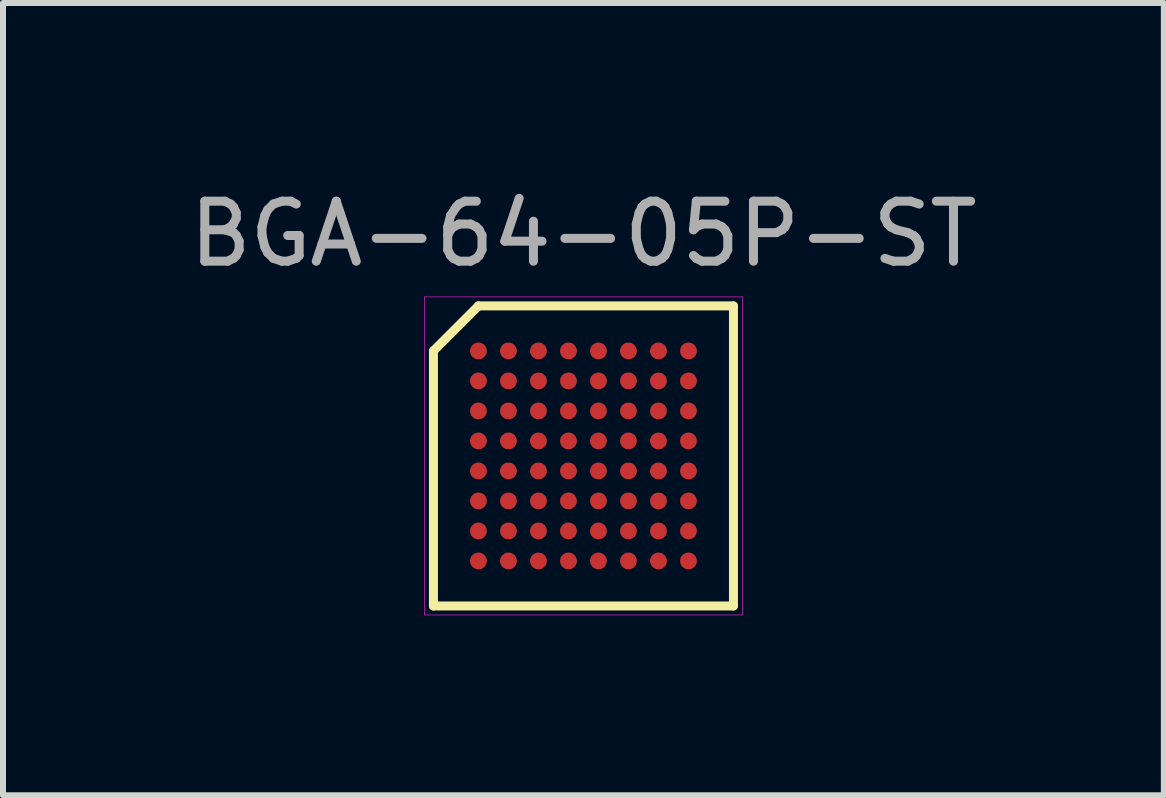
<source format=kicad_pcb>
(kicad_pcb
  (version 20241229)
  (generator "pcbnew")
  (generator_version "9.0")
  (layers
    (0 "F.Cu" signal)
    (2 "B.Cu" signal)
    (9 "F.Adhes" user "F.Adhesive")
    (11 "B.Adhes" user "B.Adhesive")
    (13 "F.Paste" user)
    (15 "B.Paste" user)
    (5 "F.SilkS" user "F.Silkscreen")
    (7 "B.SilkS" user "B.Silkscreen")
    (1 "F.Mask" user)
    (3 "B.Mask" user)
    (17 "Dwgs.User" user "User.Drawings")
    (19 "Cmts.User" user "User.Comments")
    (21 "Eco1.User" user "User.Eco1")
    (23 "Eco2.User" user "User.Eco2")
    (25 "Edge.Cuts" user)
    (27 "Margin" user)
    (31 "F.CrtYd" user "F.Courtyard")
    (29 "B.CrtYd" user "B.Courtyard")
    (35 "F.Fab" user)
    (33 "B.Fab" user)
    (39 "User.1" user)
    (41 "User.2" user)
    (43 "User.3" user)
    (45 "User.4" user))
  (footprint "BGA-64-05P-ST"
    (layer "F.Cu")
    (at 6.673 4.548)
    (property "Reference" "BGA-64-05P-ST" (at 0 -3.7 0) (layer "F.Fab") (effects (font (size 1 1) (thickness 0.15))))
    (attr through_hole)
    (fp_line (start -2.5 -1.75) (end -2.5 2.5) (stroke (width 0.15) (type solid)) (layer "F.SilkS"))
    (fp_line (start -2.5 2.5) (end 2.5 2.5) (stroke (width 0.15) (type solid)) (layer "F.SilkS"))
    (fp_line (start -1.75 -2.5) (end -2.5 -1.75) (stroke (width 0.15) (type solid)) (layer "F.SilkS"))
    (fp_line (start 2.5 -2.5) (end -1.75 -2.5) (stroke (width 0.15) (type solid)) (layer "F.SilkS"))
    (fp_line (start 2.5 2.5) (end 2.5 -2.5) (stroke (width 0.15) (type solid)) (layer "F.SilkS"))
    (fp_line (start -2.65 -2.65) (end 2.65 -2.65) (stroke (width 0.01) (type solid)) (layer "F.CrtYd"))
    (fp_line (start -2.65 2.65) (end -2.65 -2.65) (stroke (width 0.01) (type solid)) (layer "F.CrtYd"))
    (fp_line (start 2.65 -2.65) (end 2.65 2.65) (stroke (width 0.01) (type solid)) (layer "F.CrtYd"))
    (fp_line (start 2.65 2.65) (end -2.65 2.65) (stroke (width 0.01) (type solid)) (layer "F.CrtYd"))
    (pad "A1" smd circle (at -1.75 -1.75) (size 0.28 0.28) (layers "F.Cu" "F.Mask" "F.Paste"))
    (pad "A2" smd circle (at -1.25 -1.75) (size 0.28 0.28) (layers "F.Cu" "F.Mask" "F.Paste"))
    (pad "A3" smd circle (at -0.75 -1.75) (size 0.28 0.28) (layers "F.Cu" "F.Mask" "F.Paste"))
    (pad "A4" smd circle (at -0.25 -1.75) (size 0.28 0.28) (layers "F.Cu" "F.Mask" "F.Paste"))
    (pad "A5" smd circle (at 0.25 -1.75) (size 0.28 0.28) (layers "F.Cu" "F.Mask" "F.Paste"))
    (pad "A6" smd circle (at 0.75 -1.75) (size 0.28 0.28) (layers "F.Cu" "F.Mask" "F.Paste"))
    (pad "A7" smd circle (at 1.25 -1.75) (size 0.28 0.28) (layers "F.Cu" "F.Mask" "F.Paste"))
    (pad "A8" smd circle (at 1.75 -1.75) (size 0.28 0.28) (layers "F.Cu" "F.Mask" "F.Paste"))
    (pad "B1" smd circle (at -1.75 -1.25) (size 0.28 0.28) (layers "F.Cu" "F.Mask" "F.Paste"))
    (pad "B2" smd circle (at -1.25 -1.25) (size 0.28 0.28) (layers "F.Cu" "F.Mask" "F.Paste"))
    (pad "B3" smd circle (at -0.75 -1.25) (size 0.28 0.28) (layers "F.Cu" "F.Mask" "F.Paste"))
    (pad "B4" smd circle (at -0.25 -1.25) (size 0.28 0.28) (layers "F.Cu" "F.Mask" "F.Paste"))
    (pad "B5" smd circle (at 0.25 -1.25) (size 0.28 0.28) (layers "F.Cu" "F.Mask" "F.Paste"))
    (pad "B6" smd circle (at 0.75 -1.25) (size 0.28 0.28) (layers "F.Cu" "F.Mask" "F.Paste"))
    (pad "B7" smd circle (at 1.25 -1.25) (size 0.28 0.28) (layers "F.Cu" "F.Mask" "F.Paste"))
    (pad "B8" smd circle (at 1.75 -1.25) (size 0.28 0.28) (layers "F.Cu" "F.Mask" "F.Paste"))
    (pad "C1" smd circle (at -1.75 -0.75) (size 0.28 0.28) (layers "F.Cu" "F.Mask" "F.Paste"))
    (pad "C2" smd circle (at -1.25 -0.75) (size 0.28 0.28) (layers "F.Cu" "F.Mask" "F.Paste"))
    (pad "C3" smd circle (at -0.75 -0.75) (size 0.28 0.28) (layers "F.Cu" "F.Mask" "F.Paste"))
    (pad "C4" smd circle (at -0.25 -0.75) (size 0.28 0.28) (layers "F.Cu" "F.Mask" "F.Paste"))
    (pad "C5" smd circle (at 0.25 -0.75) (size 0.28 0.28) (layers "F.Cu" "F.Mask" "F.Paste"))
    (pad "C6" smd circle (at 0.75 -0.75) (size 0.28 0.28) (layers "F.Cu" "F.Mask" "F.Paste"))
    (pad "C7" smd circle (at 1.25 -0.75) (size 0.28 0.28) (layers "F.Cu" "F.Mask" "F.Paste"))
    (pad "C8" smd circle (at 1.75 -0.75) (size 0.28 0.28) (layers "F.Cu" "F.Mask" "F.Paste"))
    (pad "D1" smd circle (at -1.75 -0.25) (size 0.28 0.28) (layers "F.Cu" "F.Mask" "F.Paste"))
    (pad "D2" smd circle (at -1.25 -0.25) (size 0.28 0.28) (layers "F.Cu" "F.Mask" "F.Paste"))
    (pad "D3" smd circle (at -0.75 -0.25) (size 0.28 0.28) (layers "F.Cu" "F.Mask" "F.Paste"))
    (pad "D4" smd circle (at -0.25 -0.25) (size 0.28 0.28) (layers "F.Cu" "F.Mask" "F.Paste"))
    (pad "D5" smd circle (at 0.25 -0.25) (size 0.28 0.28) (layers "F.Cu" "F.Mask" "F.Paste"))
    (pad "D6" smd circle (at 0.75 -0.25) (size 0.28 0.28) (layers "F.Cu" "F.Mask" "F.Paste"))
    (pad "D7" smd circle (at 1.25 -0.25) (size 0.28 0.28) (layers "F.Cu" "F.Mask" "F.Paste"))
    (pad "D8" smd circle (at 1.75 -0.25) (size 0.28 0.28) (layers "F.Cu" "F.Mask" "F.Paste"))
    (pad "E1" smd circle (at -1.75 0.25) (size 0.28 0.28) (layers "F.Cu" "F.Mask" "F.Paste"))
    (pad "E2" smd circle (at -1.25 0.25) (size 0.28 0.28) (layers "F.Cu" "F.Mask" "F.Paste"))
    (pad "E3" smd circle (at -0.75 0.25) (size 0.28 0.28) (layers "F.Cu" "F.Mask" "F.Paste"))
    (pad "E4" smd circle (at -0.25 0.25) (size 0.28 0.28) (layers "F.Cu" "F.Mask" "F.Paste"))
    (pad "E5" smd circle (at 0.25 0.25) (size 0.28 0.28) (layers "F.Cu" "F.Mask" "F.Paste"))
    (pad "E6" smd circle (at 0.75 0.25) (size 0.28 0.28) (layers "F.Cu" "F.Mask" "F.Paste"))
    (pad "E7" smd circle (at 1.25 0.25) (size 0.28 0.28) (layers "F.Cu" "F.Mask" "F.Paste"))
    (pad "E8" smd circle (at 1.75 0.25) (size 0.28 0.28) (layers "F.Cu" "F.Mask" "F.Paste"))
    (pad "F1" smd circle (at -1.75 0.75) (size 0.28 0.28) (layers "F.Cu" "F.Mask" "F.Paste"))
    (pad "F2" smd circle (at -1.25 0.75) (size 0.28 0.28) (layers "F.Cu" "F.Mask" "F.Paste"))
    (pad "F3" smd circle (at -0.75 0.75) (size 0.28 0.28) (layers "F.Cu" "F.Mask" "F.Paste"))
    (pad "F4" smd circle (at -0.25 0.75) (size 0.28 0.28) (layers "F.Cu" "F.Mask" "F.Paste"))
    (pad "F5" smd circle (at 0.25 0.75) (size 0.28 0.28) (layers "F.Cu" "F.Mask" "F.Paste"))
    (pad "F6" smd circle (at 0.75 0.75) (size 0.28 0.28) (layers "F.Cu" "F.Mask" "F.Paste"))
    (pad "F7" smd circle (at 1.25 0.75) (size 0.28 0.28) (layers "F.Cu" "F.Mask" "F.Paste"))
    (pad "F8" smd circle (at 1.75 0.75) (size 0.28 0.28) (layers "F.Cu" "F.Mask" "F.Paste"))
    (pad "G1" smd circle (at -1.75 1.25) (size 0.28 0.28) (layers "F.Cu" "F.Mask" "F.Paste"))
    (pad "G2" smd circle (at -1.25 1.25) (size 0.28 0.28) (layers "F.Cu" "F.Mask" "F.Paste"))
    (pad "G3" smd circle (at -0.75 1.25) (size 0.28 0.28) (layers "F.Cu" "F.Mask" "F.Paste"))
    (pad "G4" smd circle (at -0.25 1.25) (size 0.28 0.28) (layers "F.Cu" "F.Mask" "F.Paste"))
    (pad "G5" smd circle (at 0.25 1.25) (size 0.28 0.28) (layers "F.Cu" "F.Mask" "F.Paste"))
    (pad "G6" smd circle (at 0.75 1.25) (size 0.28 0.28) (layers "F.Cu" "F.Mask" "F.Paste"))
    (pad "G7" smd circle (at 1.25 1.25) (size 0.28 0.28) (layers "F.Cu" "F.Mask" "F.Paste"))
    (pad "G8" smd circle (at 1.75 1.25) (size 0.28 0.28) (layers "F.Cu" "F.Mask" "F.Paste"))
    (pad "H1" smd circle (at -1.75 1.75) (size 0.28 0.28) (layers "F.Cu" "F.Mask" "F.Paste"))
    (pad "H2" smd circle (at -1.25 1.75) (size 0.28 0.28) (layers "F.Cu" "F.Mask" "F.Paste"))
    (pad "H3" smd circle (at -0.75 1.75) (size 0.28 0.28) (layers "F.Cu" "F.Mask" "F.Paste"))
    (pad "H4" smd circle (at -0.25 1.75) (size 0.28 0.28) (layers "F.Cu" "F.Mask" "F.Paste"))
    (pad "H5" smd circle (at 0.25 1.75) (size 0.28 0.28) (layers "F.Cu" "F.Mask" "F.Paste"))
    (pad "H6" smd circle (at 0.75 1.75) (size 0.28 0.28) (layers "F.Cu" "F.Mask" "F.Paste"))
    (pad "H7" smd circle (at 1.25 1.75) (size 0.28 0.28) (layers "F.Cu" "F.Mask" "F.Paste"))
    (pad "H8" smd circle (at 1.75 1.75) (size 0.28 0.28) (layers "F.Cu" "F.Mask" "F.Paste")))
  (gr_rect
    (start -3 -3)
    (end 16.345 10.203)
    (stroke (width 0.1) (type default))
    (fill no)
    (layer "Edge.Cuts")))
</source>
